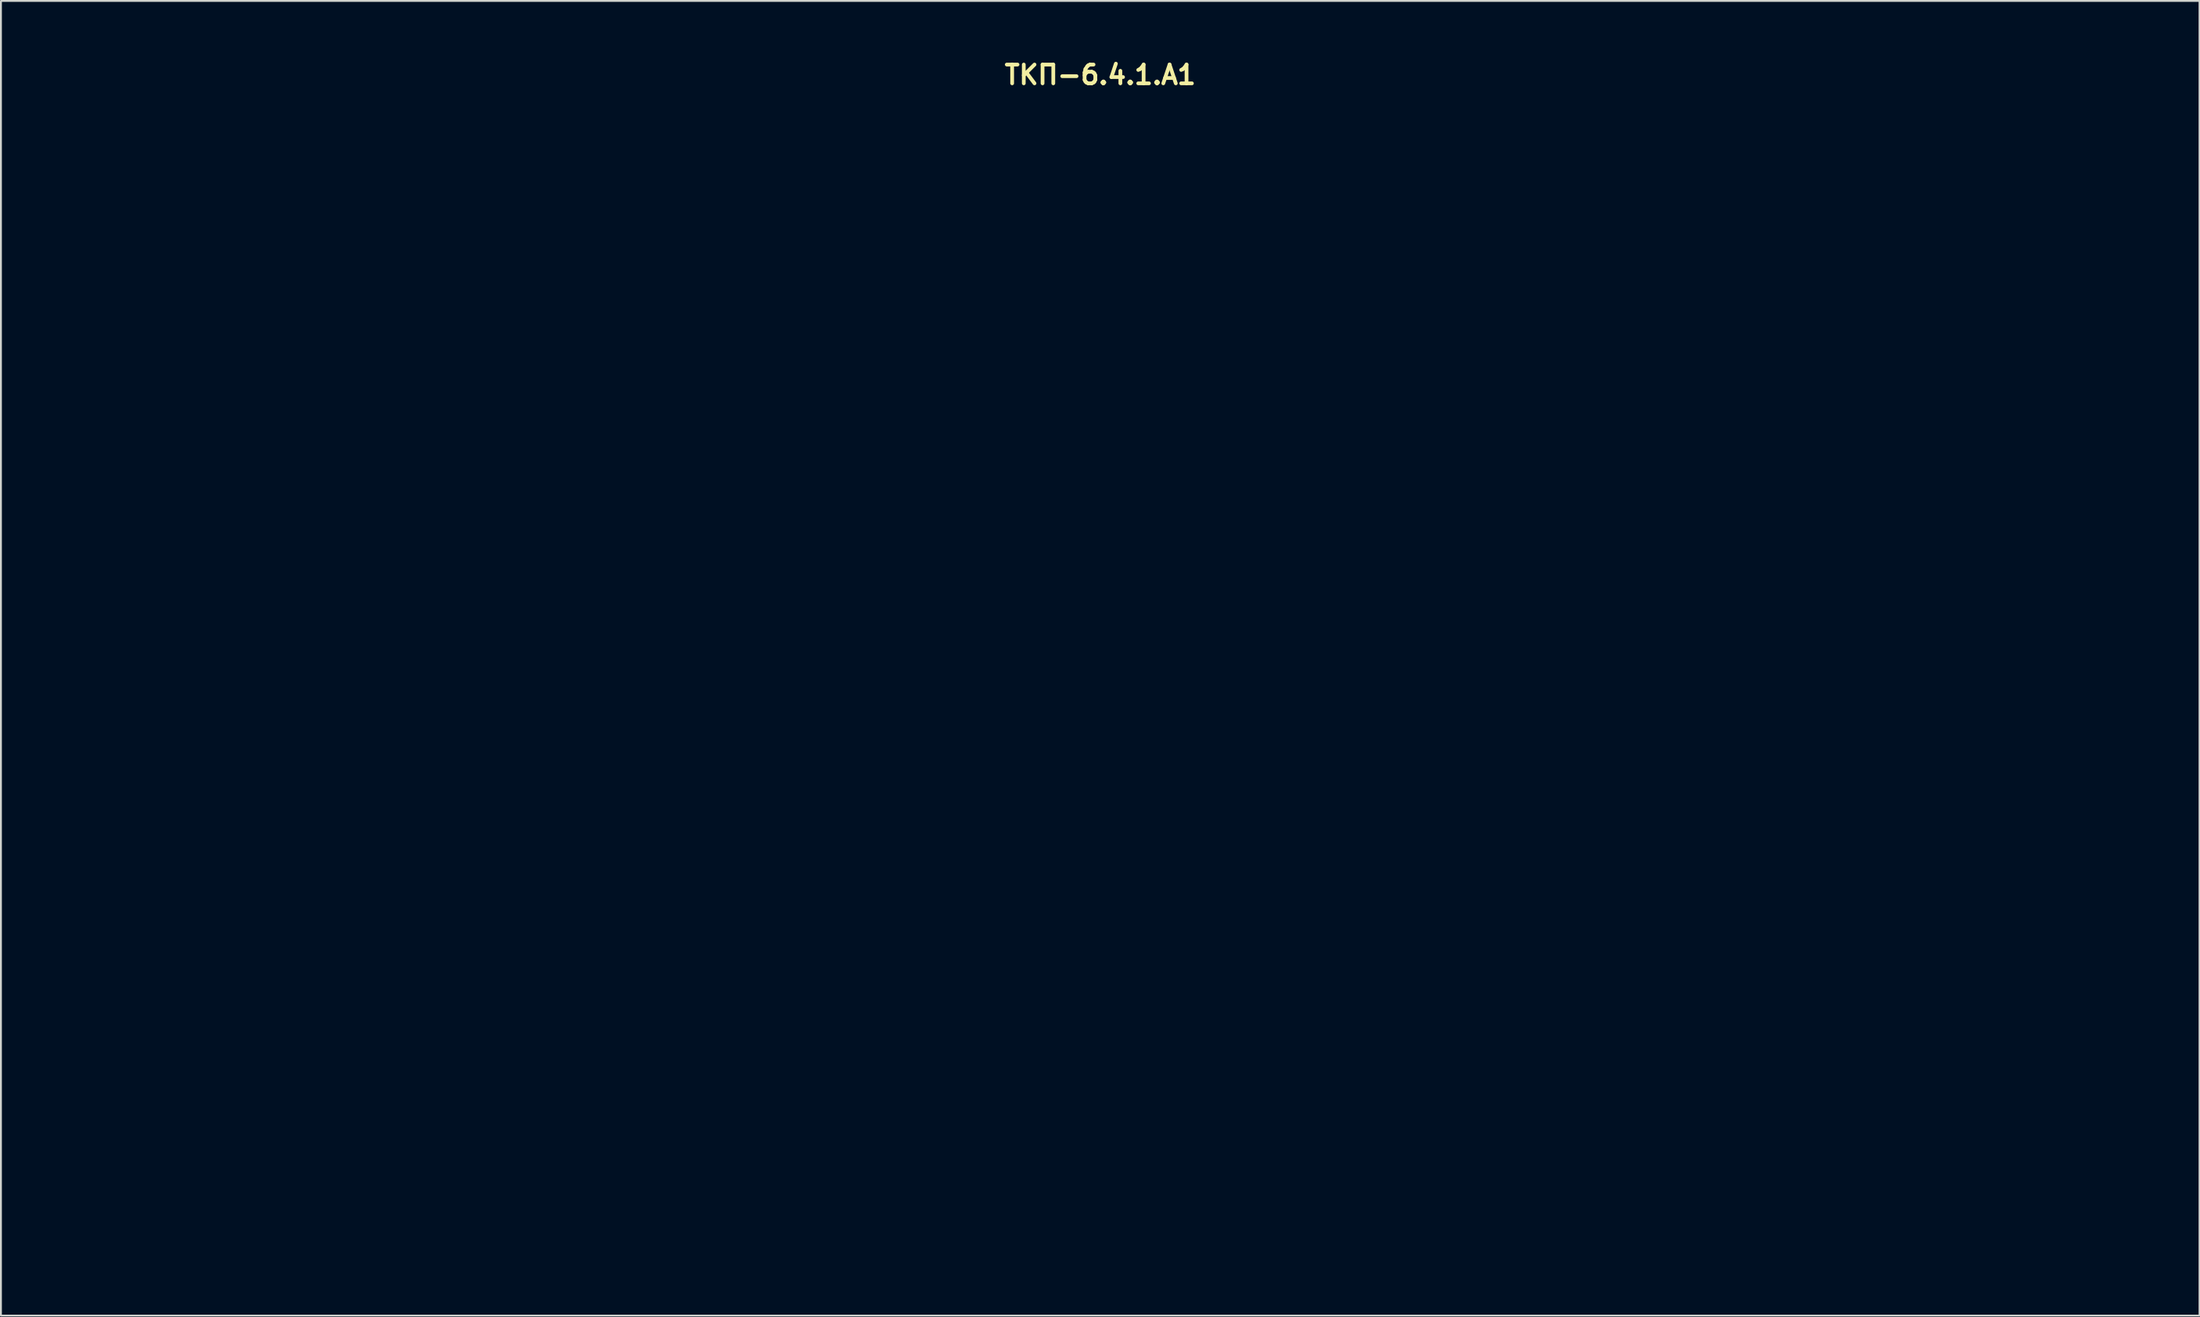
<source format=kicad_pcb>
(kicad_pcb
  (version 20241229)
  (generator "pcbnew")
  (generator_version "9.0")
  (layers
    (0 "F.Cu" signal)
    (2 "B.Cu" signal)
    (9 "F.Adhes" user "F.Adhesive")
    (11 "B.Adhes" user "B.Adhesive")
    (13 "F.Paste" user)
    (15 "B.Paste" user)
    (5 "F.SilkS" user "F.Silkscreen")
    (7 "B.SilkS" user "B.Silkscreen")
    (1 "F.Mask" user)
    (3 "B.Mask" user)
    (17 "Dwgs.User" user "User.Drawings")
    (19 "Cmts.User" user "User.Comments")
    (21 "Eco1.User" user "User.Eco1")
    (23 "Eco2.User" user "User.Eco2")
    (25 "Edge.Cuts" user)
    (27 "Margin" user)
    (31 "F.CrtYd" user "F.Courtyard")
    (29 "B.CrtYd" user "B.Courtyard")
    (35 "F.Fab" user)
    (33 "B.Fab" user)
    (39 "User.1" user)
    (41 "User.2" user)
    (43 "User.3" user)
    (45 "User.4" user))
  (footprint "ТКП-6.4.1.A1"
    (layer "F.Cu")
    (at 55.535 32.813)
    (property "Reference" "ТКП-6.4.1.A1" (at 0 -31.877 0) (layer "F.SilkS") (effects (font (size 1 1) (thickness 0.2))))
    (attr through_hole)
    (fp_line (start -55.335 -31) (end -55.335 31) (stroke (width 0.4) (type solid)) (layer "Eco2.User"))
    (fp_line (start -55.335 -31) (end -45.035 -31) (stroke (width 0.4) (type solid)) (layer "Eco2.User"))
    (fp_line (start -55.335 -30) (end -45.035 -30) (stroke (width 0.4) (type solid)) (layer "Eco2.User"))
    (fp_line (start -55.335 30) (end -45.035 30) (stroke (width 0.4) (type solid)) (layer "Eco2.User"))
    (fp_line (start -55.335 31) (end -45.035 31) (stroke (width 0.4) (type solid)) (layer "Eco2.User"))
    (fp_line (start -52.985 -30) (end -52.985 -28.5) (stroke (width 0.4) (type solid)) (layer "Eco2.User"))
    (fp_line (start -52.985 -28.5) (end -46.685 -28.5) (stroke (width 0.4) (type solid)) (layer "Eco2.User"))
    (fp_line (start -52.985 30) (end -52.985 28.5) (stroke (width 0.4) (type solid)) (layer "Eco2.User"))
    (fp_line (start -46.685 -30) (end -46.685 -28.5) (stroke (width 0.4) (type solid)) (layer "Eco2.User"))
    (fp_line (start -46.685 28.5) (end -52.985 28.5) (stroke (width 0.4) (type solid)) (layer "Eco2.User"))
    (fp_line (start -46.685 30) (end -46.685 28.5) (stroke (width 0.4) (type solid)) (layer "Eco2.User"))
    (fp_line (start -45.035 -31) (end -45.035 -28.375) (stroke (width 0.4) (type solid)) (layer "Eco2.User"))
    (fp_line (start -45.035 28.375) (end -45.035 31) (stroke (width 0.4) (type solid)) (layer "Eco2.User"))
    (fp_line (start -44.285 -31) (end -44.285 -28.375) (stroke (width 0.4) (type solid)) (layer "Eco2.User"))
    (fp_line (start -44.285 -31) (end 44.285 -31) (stroke (width 0.4) (type solid)) (layer "Eco2.User"))
    (fp_line (start -44.285 28.375) (end -44.285 31) (stroke (width 0.4) (type solid)) (layer "Eco2.User"))
    (fp_line (start -44.285 31) (end 44.285 31) (stroke (width 0.4) (type solid)) (layer "Eco2.User"))
    (fp_line (start 44.285 -31) (end 44.285 -28.375) (stroke (width 0.4) (type solid)) (layer "Eco2.User"))
    (fp_line (start 44.285 28.375) (end 44.285 31) (stroke (width 0.4) (type solid)) (layer "Eco2.User"))
    (fp_line (start 45.035 -31) (end 45.035 -28.375) (stroke (width 0.4) (type solid)) (layer "Eco2.User"))
    (fp_line (start 45.035 -31) (end 55.335 -31) (stroke (width 0.4) (type solid)) (layer "Eco2.User"))
    (fp_line (start 45.035 -30) (end 55.335 -30) (stroke (width 0.4) (type solid)) (layer "Eco2.User"))
    (fp_line (start 45.035 28.375) (end 45.035 31) (stroke (width 0.4) (type solid)) (layer "Eco2.User"))
    (fp_line (start 45.035 30) (end 55.335 30) (stroke (width 0.4) (type solid)) (layer "Eco2.User"))
    (fp_line (start 45.035 31) (end 55.335 31) (stroke (width 0.4) (type solid)) (layer "Eco2.User"))
    (fp_line (start 46.685 -30) (end 46.685 -28.5) (stroke (width 0.4) (type solid)) (layer "Eco2.User"))
    (fp_line (start 46.685 -28.5) (end 52.985 -28.5) (stroke (width 0.4) (type solid)) (layer "Eco2.User"))
    (fp_line (start 46.685 30) (end 46.685 28.5) (stroke (width 0.4) (type solid)) (layer "Eco2.User"))
    (fp_line (start 52.985 -30) (end 52.985 -28.5) (stroke (width 0.4) (type solid)) (layer "Eco2.User"))
    (fp_line (start 52.985 28.5) (end 46.685 28.5) (stroke (width 0.4) (type solid)) (layer "Eco2.User"))
    (fp_line (start 52.985 30) (end 52.985 28.5) (stroke (width 0.4) (type solid)) (layer "Eco2.User"))
    (fp_line (start 55.335 -31) (end 55.335 31) (stroke (width 0.4) (type solid)) (layer "Eco2.User"))
    (fp_arc (start -45.035 28.375) (mid -44.66 28) (end -44.285 28.375) (stroke (width 0.4) (type solid)) (layer "Eco2.User"))
    (fp_arc (start -44.285 -28.375) (mid -44.66 -28) (end -45.035 -28.375) (stroke (width 0.4) (type solid)) (layer "Eco2.User"))
    (fp_arc (start 44.285 28.375) (mid 44.66 28) (end 45.035 28.375) (stroke (width 0.4) (type solid)) (layer "Eco2.User"))
    (fp_arc (start 45.035 -28.375) (mid 44.66 -28) (end 44.285 -28.375) (stroke (width 0.4) (type solid)) (layer "Eco2.User")))
  (gr_rect
    (start -3 -3)
    (end 114.07 67.013)
    (stroke (width 0.1) (type default))
    (fill no)
    (layer "Edge.Cuts")))
</source>
